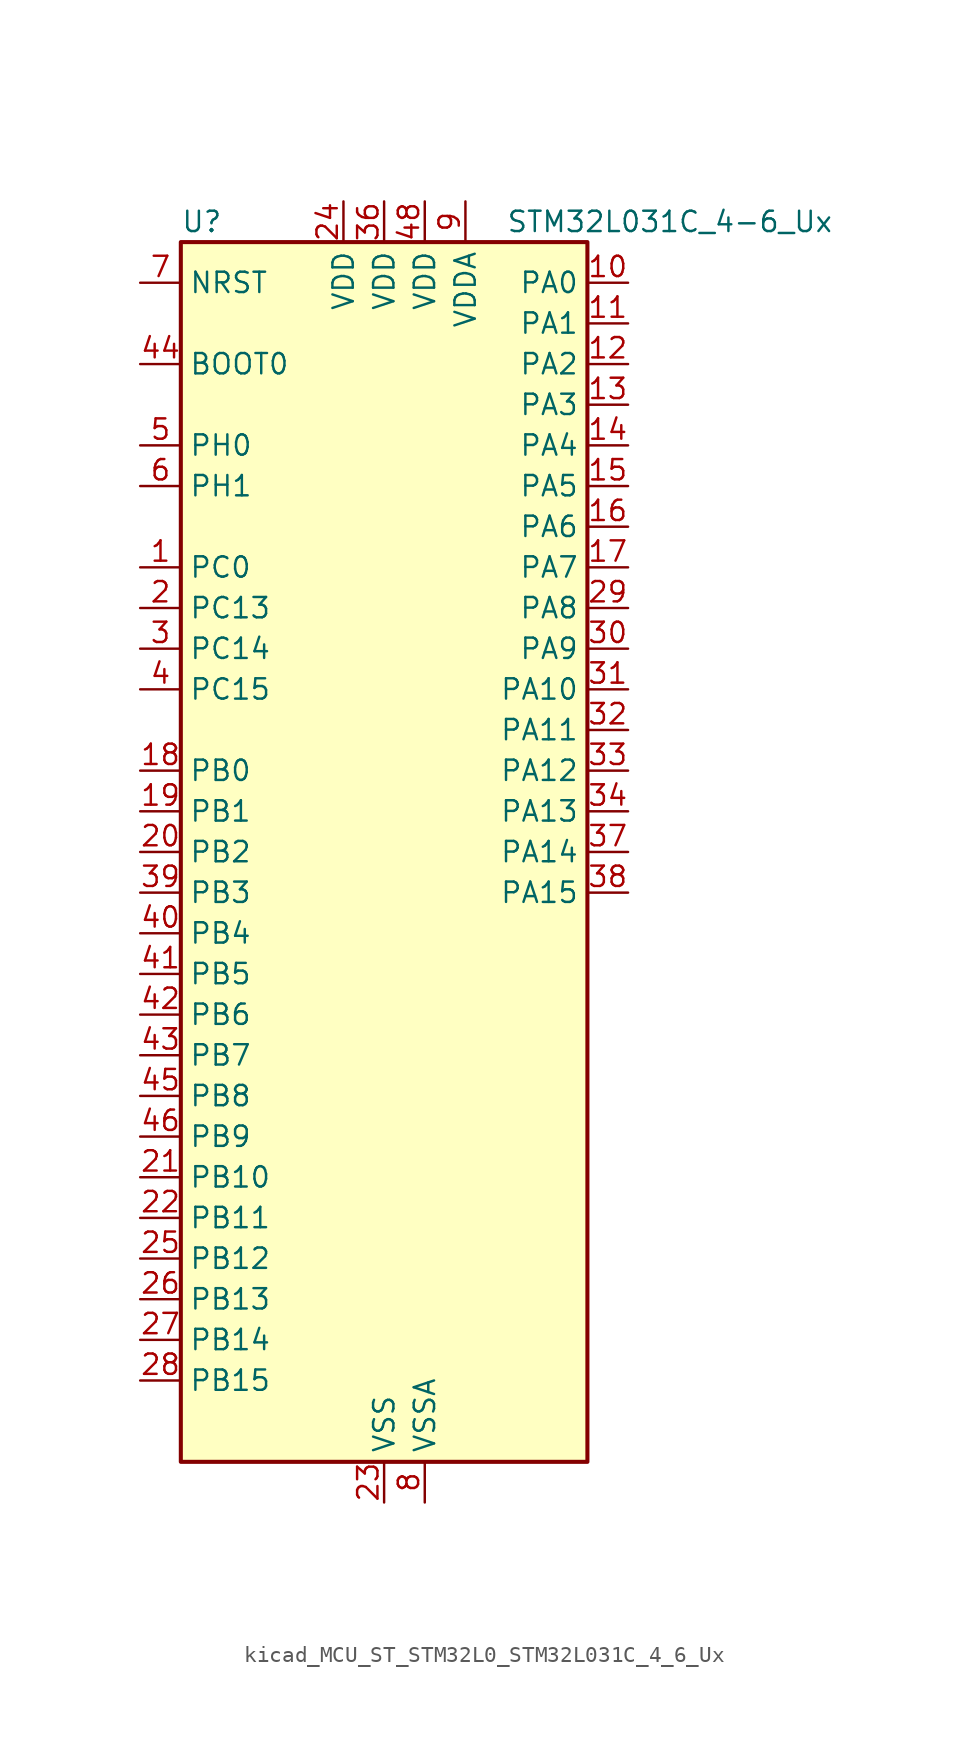
<source format=kicad_sym>
(kicad_symbol_lib
  (version 20220914)
  (generator kicad_symbol_editor)
  (symbol "kicad_MCU_ST_STM32L0_STM32L031C_4_6_Ux"
    (property "Reference" "U"
      (at -12.7 39.37 0)
      (effects (font (size 1.27 1.27)) (justify left)))
    (property "Value" "STM32L031C_4-6_Ux"
      (at 7.62 39.37 0)
      (effects (font (size 1.27 1.27)) (justify left)))
    (property "ki_locked" ""
      (at 0 0 0)
      (effects (font (size 1.27 1.27))))
    (symbol "kicad_MCU_ST_STM32L0_STM32L031C_4_6_Ux_0_1"
      (rectangle (start -12.7 -38.1) (end 12.7 38.1) (stroke (width 0.254) (type default)) (fill (type background))))
    (symbol "kicad_MCU_ST_STM32L0_STM32L031C_4_6_Ux_1_1"
      (pin bidirectional line (at -15.24 17.78 0) (length 2.54) (name "PC0" (effects (font (size 1.27 1.27)))) (number "1" (effects (font (size 1.27 1.27)))) (alternate "LPTIM1_IN1" bidirectional line) (alternate "LPUART1_RX" bidirectional line))
      (pin bidirectional line (at 15.24 35.56 180) (length 2.54) (name "PA0" (effects (font (size 1.27 1.27)))) (number "10" (effects (font (size 1.27 1.27)))) (alternate "ADC_IN0" bidirectional line) (alternate "COMP1_INM" bidirectional line) (alternate "COMP1_OUT" bidirectional line) (alternate "LPTIM1_IN1" bidirectional line) (alternate "RTC_TAMP2" bidirectional line) (alternate "SYS_WKUP1" bidirectional line) (alternate "TIM2_CH1" bidirectional line) (alternate "TIM2_ETR" bidirectional line) (alternate "USART2_CTS" bidirectional line))
      (pin bidirectional line (at 15.24 33.02 180) (length 2.54) (name "PA1" (effects (font (size 1.27 1.27)))) (number "11" (effects (font (size 1.27 1.27)))) (alternate "ADC_IN1" bidirectional line) (alternate "COMP1_INP" bidirectional line) (alternate "I2C1_SMBA" bidirectional line) (alternate "LPTIM1_IN2" bidirectional line) (alternate "TIM21_ETR" bidirectional line) (alternate "TIM2_CH2" bidirectional line) (alternate "USART2_DE" bidirectional line) (alternate "USART2_RTS" bidirectional line))
      (pin bidirectional line (at 15.24 30.48 180) (length 2.54) (name "PA2" (effects (font (size 1.27 1.27)))) (number "12" (effects (font (size 1.27 1.27)))) (alternate "ADC_IN2" bidirectional line) (alternate "COMP2_INM" bidirectional line) (alternate "COMP2_OUT" bidirectional line) (alternate "LPUART1_TX" bidirectional line) (alternate "RTC_OUT_ALARM" bidirectional line) (alternate "RTC_OUT_CALIB" bidirectional line) (alternate "RTC_TAMP3" bidirectional line) (alternate "RTC_TS" bidirectional line) (alternate "SYS_WKUP3" bidirectional line) (alternate "TIM21_CH1" bidirectional line) (alternate "TIM2_CH3" bidirectional line) (alternate "USART2_TX" bidirectional line))
      (pin bidirectional line (at 15.24 27.94 180) (length 2.54) (name "PA3" (effects (font (size 1.27 1.27)))) (number "13" (effects (font (size 1.27 1.27)))) (alternate "ADC_IN3" bidirectional line) (alternate "COMP2_INP" bidirectional line) (alternate "LPUART1_RX" bidirectional line) (alternate "TIM21_CH2" bidirectional line) (alternate "TIM2_CH4" bidirectional line) (alternate "USART2_RX" bidirectional line))
      (pin bidirectional line (at 15.24 25.4 180) (length 2.54) (name "PA4" (effects (font (size 1.27 1.27)))) (number "14" (effects (font (size 1.27 1.27)))) (alternate "ADC_IN4" bidirectional line) (alternate "COMP1_INM" bidirectional line) (alternate "COMP2_INM" bidirectional line) (alternate "LPTIM1_IN1" bidirectional line) (alternate "SPI1_NSS" bidirectional line) (alternate "TIM22_ETR" bidirectional line) (alternate "USART2_CK" bidirectional line))
      (pin bidirectional line (at 15.24 22.86 180) (length 2.54) (name "PA5" (effects (font (size 1.27 1.27)))) (number "15" (effects (font (size 1.27 1.27)))) (alternate "ADC_IN5" bidirectional line) (alternate "COMP1_INM" bidirectional line) (alternate "COMP2_INM" bidirectional line) (alternate "LPTIM1_IN2" bidirectional line) (alternate "SPI1_SCK" bidirectional line) (alternate "TIM2_CH1" bidirectional line) (alternate "TIM2_ETR" bidirectional line))
      (pin bidirectional line (at 15.24 20.32 180) (length 2.54) (name "PA6" (effects (font (size 1.27 1.27)))) (number "16" (effects (font (size 1.27 1.27)))) (alternate "ADC_IN6" bidirectional line) (alternate "COMP1_OUT" bidirectional line) (alternate "LPTIM1_ETR" bidirectional line) (alternate "LPUART1_CTS" bidirectional line) (alternate "SPI1_MISO" bidirectional line) (alternate "TIM22_CH1" bidirectional line))
      (pin bidirectional line (at 15.24 17.78 180) (length 2.54) (name "PA7" (effects (font (size 1.27 1.27)))) (number "17" (effects (font (size 1.27 1.27)))) (alternate "ADC_IN7" bidirectional line) (alternate "COMP2_OUT" bidirectional line) (alternate "LPTIM1_OUT" bidirectional line) (alternate "SPI1_MOSI" bidirectional line) (alternate "TIM22_CH2" bidirectional line) (alternate "USART2_CTS" bidirectional line))
      (pin bidirectional line (at -15.24 5.08 0) (length 2.54) (name "PB0" (effects (font (size 1.27 1.27)))) (number "18" (effects (font (size 1.27 1.27)))) (alternate "ADC_IN8" bidirectional line) (alternate "SPI1_MISO" bidirectional line) (alternate "SYS_VREF_OUT_PB0" bidirectional line) (alternate "TIM2_CH3" bidirectional line) (alternate "USART2_DE" bidirectional line) (alternate "USART2_RTS" bidirectional line))
      (pin bidirectional line (at -15.24 2.54 0) (length 2.54) (name "PB1" (effects (font (size 1.27 1.27)))) (number "19" (effects (font (size 1.27 1.27)))) (alternate "ADC_IN9" bidirectional line) (alternate "LPUART1_DE" bidirectional line) (alternate "LPUART1_RTS" bidirectional line) (alternate "SPI1_MOSI" bidirectional line) (alternate "SYS_VREF_OUT_PB1" bidirectional line) (alternate "TIM2_CH4" bidirectional line) (alternate "USART2_CK" bidirectional line))
      (pin bidirectional line (at -15.24 15.24 0) (length 2.54) (name "PC13" (effects (font (size 1.27 1.27)))) (number "2" (effects (font (size 1.27 1.27)))) (alternate "RTC_TAMP1" bidirectional line) (alternate "SYS_WKUP2" bidirectional line))
      (pin bidirectional line (at -15.24 0 0) (length 2.54) (name "PB2" (effects (font (size 1.27 1.27)))) (number "20" (effects (font (size 1.27 1.27)))) (alternate "LPTIM1_OUT" bidirectional line))
      (pin bidirectional line (at -15.24 -20.32 0) (length 2.54) (name "PB10" (effects (font (size 1.27 1.27)))) (number "21" (effects (font (size 1.27 1.27)))) (alternate "LPUART1_TX" bidirectional line) (alternate "TIM2_CH3" bidirectional line))
      (pin bidirectional line (at -15.24 -22.86 0) (length 2.54) (name "PB11" (effects (font (size 1.27 1.27)))) (number "22" (effects (font (size 1.27 1.27)))) (alternate "ADC_EXTI11" bidirectional line) (alternate "LPUART1_RX" bidirectional line) (alternate "TIM2_CH4" bidirectional line))
      (pin power_in line (at 0 -40.64 90) (length 2.54) (name "VSS" (effects (font (size 1.27 1.27)))) (number "23" (effects (font (size 1.27 1.27)))))
      (pin power_in line (at -2.54 40.64 270) (length 2.54) (name "VDD" (effects (font (size 1.27 1.27)))) (number "24" (effects (font (size 1.27 1.27)))))
      (pin bidirectional line (at -15.24 -25.4 0) (length 2.54) (name "PB12" (effects (font (size 1.27 1.27)))) (number "25" (effects (font (size 1.27 1.27)))) (alternate "SPI1_NSS" bidirectional line))
      (pin bidirectional line (at -15.24 -27.94 0) (length 2.54) (name "PB13" (effects (font (size 1.27 1.27)))) (number "26" (effects (font (size 1.27 1.27)))) (alternate "LPUART1_CTS" bidirectional line) (alternate "RCC_MCO" bidirectional line) (alternate "SPI1_SCK" bidirectional line) (alternate "TIM21_CH1" bidirectional line))
      (pin bidirectional line (at -15.24 -30.48 0) (length 2.54) (name "PB14" (effects (font (size 1.27 1.27)))) (number "27" (effects (font (size 1.27 1.27)))) (alternate "LPUART1_DE" bidirectional line) (alternate "LPUART1_RTS" bidirectional line) (alternate "RTC_OUT_ALARM" bidirectional line) (alternate "RTC_OUT_CALIB" bidirectional line) (alternate "SPI1_MISO" bidirectional line) (alternate "TIM21_CH2" bidirectional line))
      (pin bidirectional line (at -15.24 -33.02 0) (length 2.54) (name "PB15" (effects (font (size 1.27 1.27)))) (number "28" (effects (font (size 1.27 1.27)))) (alternate "RTC_REFIN" bidirectional line) (alternate "SPI1_MOSI" bidirectional line))
      (pin bidirectional line (at 15.24 15.24 180) (length 2.54) (name "PA8" (effects (font (size 1.27 1.27)))) (number "29" (effects (font (size 1.27 1.27)))) (alternate "LPTIM1_IN1" bidirectional line) (alternate "RCC_MCO" bidirectional line) (alternate "TIM2_CH1" bidirectional line) (alternate "USART2_CK" bidirectional line))
      (pin bidirectional line (at -15.24 12.7 0) (length 2.54) (name "PC14" (effects (font (size 1.27 1.27)))) (number "3" (effects (font (size 1.27 1.27)))) (alternate "RCC_OSC32_IN" bidirectional line))
      (pin bidirectional line (at 15.24 12.7 180) (length 2.54) (name "PA9" (effects (font (size 1.27 1.27)))) (number "30" (effects (font (size 1.27 1.27)))) (alternate "I2C1_SCL" bidirectional line) (alternate "RCC_MCO" bidirectional line) (alternate "TIM22_CH1" bidirectional line) (alternate "USART2_TX" bidirectional line))
      (pin bidirectional line (at 15.24 10.16 180) (length 2.54) (name "PA10" (effects (font (size 1.27 1.27)))) (number "31" (effects (font (size 1.27 1.27)))) (alternate "I2C1_SDA" bidirectional line) (alternate "TIM22_CH2" bidirectional line) (alternate "USART2_RX" bidirectional line))
      (pin bidirectional line (at 15.24 7.62 180) (length 2.54) (name "PA11" (effects (font (size 1.27 1.27)))) (number "32" (effects (font (size 1.27 1.27)))) (alternate "ADC_EXTI11" bidirectional line) (alternate "COMP1_OUT" bidirectional line) (alternate "SPI1_MISO" bidirectional line) (alternate "TIM21_CH2" bidirectional line) (alternate "USART2_CTS" bidirectional line))
      (pin bidirectional line (at 15.24 5.08 180) (length 2.54) (name "PA12" (effects (font (size 1.27 1.27)))) (number "33" (effects (font (size 1.27 1.27)))) (alternate "COMP2_OUT" bidirectional line) (alternate "SPI1_MOSI" bidirectional line) (alternate "USART2_DE" bidirectional line) (alternate "USART2_RTS" bidirectional line))
      (pin bidirectional line (at 15.24 2.54 180) (length 2.54) (name "PA13" (effects (font (size 1.27 1.27)))) (number "34" (effects (font (size 1.27 1.27)))) (alternate "LPTIM1_ETR" bidirectional line) (alternate "LPUART1_RX" bidirectional line) (alternate "SYS_SWDIO" bidirectional line))
      (pin passive line (at 0 -40.64 90) (length 2.54) hide (name "VSS" (effects (font (size 1.27 1.27)))) (number "35" (effects (font (size 1.27 1.27)))))
      (pin power_in line (at 0 40.64 270) (length 2.54) (name "VDD" (effects (font (size 1.27 1.27)))) (number "36" (effects (font (size 1.27 1.27)))))
      (pin bidirectional line (at 15.24 0 180) (length 2.54) (name "PA14" (effects (font (size 1.27 1.27)))) (number "37" (effects (font (size 1.27 1.27)))) (alternate "I2C1_SMBA" bidirectional line) (alternate "LPTIM1_OUT" bidirectional line) (alternate "LPUART1_TX" bidirectional line) (alternate "SYS_SWCLK" bidirectional line) (alternate "USART2_TX" bidirectional line))
      (pin bidirectional line (at 15.24 -2.54 180) (length 2.54) (name "PA15" (effects (font (size 1.27 1.27)))) (number "38" (effects (font (size 1.27 1.27)))) (alternate "SPI1_NSS" bidirectional line) (alternate "TIM2_CH1" bidirectional line) (alternate "TIM2_ETR" bidirectional line) (alternate "USART2_RX" bidirectional line))
      (pin bidirectional line (at -15.24 -2.54 0) (length 2.54) (name "PB3" (effects (font (size 1.27 1.27)))) (number "39" (effects (font (size 1.27 1.27)))) (alternate "COMP2_INM" bidirectional line) (alternate "SPI1_SCK" bidirectional line) (alternate "TIM2_CH2" bidirectional line))
      (pin bidirectional line (at -15.24 10.16 0) (length 2.54) (name "PC15" (effects (font (size 1.27 1.27)))) (number "4" (effects (font (size 1.27 1.27)))) (alternate "RCC_OSC32_OUT" bidirectional line))
      (pin bidirectional line (at -15.24 -5.08 0) (length 2.54) (name "PB4" (effects (font (size 1.27 1.27)))) (number "40" (effects (font (size 1.27 1.27)))) (alternate "COMP2_INP" bidirectional line) (alternate "SPI1_MISO" bidirectional line) (alternate "TIM22_CH1" bidirectional line))
      (pin bidirectional line (at -15.24 -7.62 0) (length 2.54) (name "PB5" (effects (font (size 1.27 1.27)))) (number "41" (effects (font (size 1.27 1.27)))) (alternate "COMP2_INP" bidirectional line) (alternate "I2C1_SMBA" bidirectional line) (alternate "LPTIM1_IN1" bidirectional line) (alternate "SPI1_MOSI" bidirectional line) (alternate "TIM22_CH2" bidirectional line))
      (pin bidirectional line (at -15.24 -10.16 0) (length 2.54) (name "PB6" (effects (font (size 1.27 1.27)))) (number "42" (effects (font (size 1.27 1.27)))) (alternate "COMP2_INP" bidirectional line) (alternate "I2C1_SCL" bidirectional line) (alternate "LPTIM1_ETR" bidirectional line) (alternate "TIM21_CH1" bidirectional line) (alternate "USART2_TX" bidirectional line))
      (pin bidirectional line (at -15.24 -12.7 0) (length 2.54) (name "PB7" (effects (font (size 1.27 1.27)))) (number "43" (effects (font (size 1.27 1.27)))) (alternate "COMP2_INP" bidirectional line) (alternate "I2C1_SDA" bidirectional line) (alternate "LPTIM1_IN2" bidirectional line) (alternate "SYS_PVD_IN" bidirectional line) (alternate "USART2_RX" bidirectional line))
      (pin input line (at -15.24 30.48 0) (length 2.54) (name "BOOT0" (effects (font (size 1.27 1.27)))) (number "44" (effects (font (size 1.27 1.27)))))
      (pin bidirectional line (at -15.24 -15.24 0) (length 2.54) (name "PB8" (effects (font (size 1.27 1.27)))) (number "45" (effects (font (size 1.27 1.27)))) (alternate "I2C1_SCL" bidirectional line))
      (pin bidirectional line (at -15.24 -17.78 0) (length 2.54) (name "PB9" (effects (font (size 1.27 1.27)))) (number "46" (effects (font (size 1.27 1.27)))) (alternate "I2C1_SDA" bidirectional line))
      (pin passive line (at 0 -40.64 90) (length 2.54) hide (name "VSS" (effects (font (size 1.27 1.27)))) (number "47" (effects (font (size 1.27 1.27)))))
      (pin power_in line (at 2.54 40.64 270) (length 2.54) (name "VDD" (effects (font (size 1.27 1.27)))) (number "48" (effects (font (size 1.27 1.27)))))
      (pin passive line (at 0 -40.64 90) (length 2.54) hide (name "VSS" (effects (font (size 1.27 1.27)))) (number "49" (effects (font (size 1.27 1.27)))))
      (pin bidirectional line (at -15.24 25.4 0) (length 2.54) (name "PH0" (effects (font (size 1.27 1.27)))) (number "5" (effects (font (size 1.27 1.27)))) (alternate "RCC_OSC_IN" bidirectional line))
      (pin bidirectional line (at -15.24 22.86 0) (length 2.54) (name "PH1" (effects (font (size 1.27 1.27)))) (number "6" (effects (font (size 1.27 1.27)))) (alternate "RCC_OSC_OUT" bidirectional line))
      (pin input line (at -15.24 35.56 0) (length 2.54) (name "NRST" (effects (font (size 1.27 1.27)))) (number "7" (effects (font (size 1.27 1.27)))))
      (pin power_in line (at 2.54 -40.64 90) (length 2.54) (name "VSSA" (effects (font (size 1.27 1.27)))) (number "8" (effects (font (size 1.27 1.27)))))
      (pin power_in line (at 5.08 40.64 270) (length 2.54) (name "VDDA" (effects (font (size 1.27 1.27)))) (number "9" (effects (font (size 1.27 1.27))))))))
</source>
